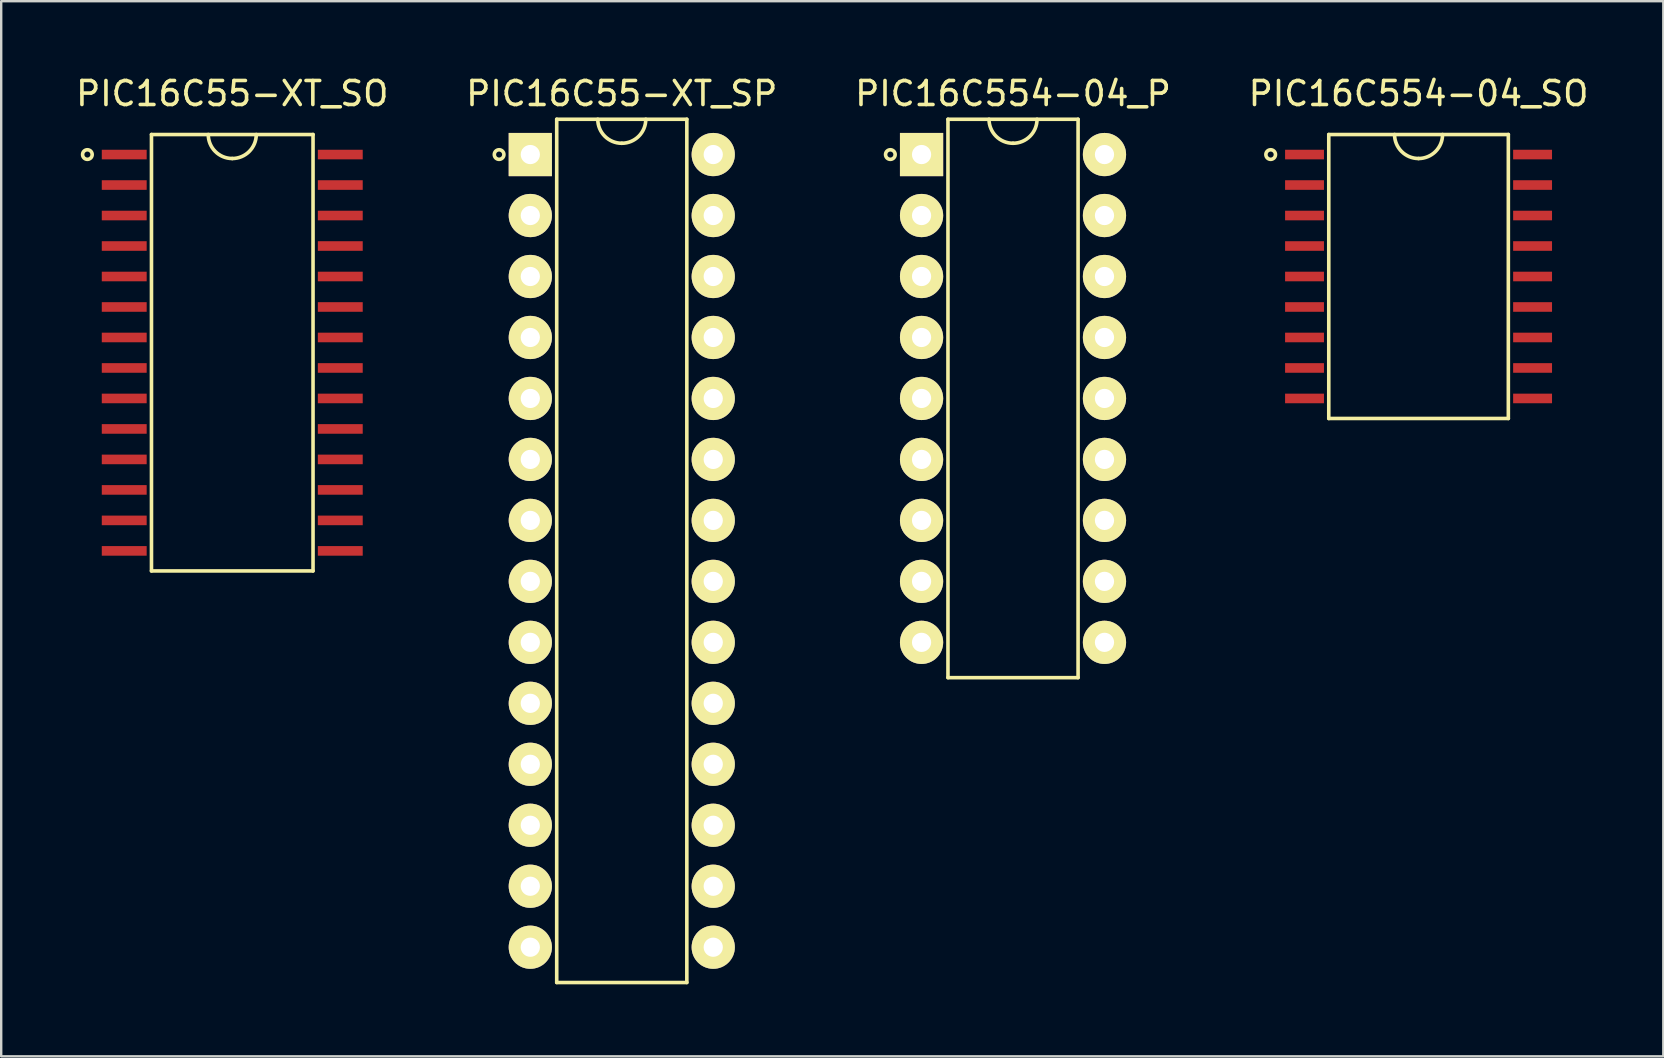
<source format=kicad_pcb>
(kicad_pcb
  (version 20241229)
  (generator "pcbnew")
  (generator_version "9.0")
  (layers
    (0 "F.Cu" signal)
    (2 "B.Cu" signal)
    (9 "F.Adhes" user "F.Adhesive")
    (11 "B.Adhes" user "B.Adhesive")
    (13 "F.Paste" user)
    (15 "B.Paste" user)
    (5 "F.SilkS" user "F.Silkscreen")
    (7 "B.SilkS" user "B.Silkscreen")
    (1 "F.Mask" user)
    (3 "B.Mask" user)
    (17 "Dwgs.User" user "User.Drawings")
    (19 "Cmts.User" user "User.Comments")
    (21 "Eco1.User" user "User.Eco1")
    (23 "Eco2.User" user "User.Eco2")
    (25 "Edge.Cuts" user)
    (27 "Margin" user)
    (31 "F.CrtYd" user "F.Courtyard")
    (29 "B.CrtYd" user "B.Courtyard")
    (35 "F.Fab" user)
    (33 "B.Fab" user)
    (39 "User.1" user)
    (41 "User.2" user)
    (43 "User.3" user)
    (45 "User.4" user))
  (footprint "PIC16C554-04_SO"
    (layer "F.Cu")
    (at 51.292 3.388)
    (property "Reference" "PIC16C554-04_SO" (at 4.75 -2.54 0) (layer "F.SilkS") (effects (font (size 1 1) (thickness 0.15))))
    (attr through_hole)
    (fp_line (start 1.01 -0.835) (end 8.49 -0.835) (stroke (width 0.15) (type solid)) (layer "F.SilkS"))
    (fp_line (start 1.01 10.995) (end 1.01 -0.835) (stroke (width 0.15) (type solid)) (layer "F.SilkS"))
    (fp_line (start 8.49 -0.835) (end 8.49 10.995) (stroke (width 0.15) (type solid)) (layer "F.SilkS"))
    (fp_line (start 8.49 10.995) (end 1.01 10.995) (stroke (width 0.15) (type solid)) (layer "F.SilkS"))
    (fp_arc (start 4.75 0.165) (mid 4.042893 -0.127893) (end 3.75 -0.835) (stroke (width 0.15) (type solid)) (layer "F.SilkS"))
    (fp_arc (start 5.75 -0.835) (mid 5.457107 -0.127893) (end 4.75 0.165) (stroke (width 0.15) (type solid)) (layer "F.SilkS"))
    (fp_circle (center -1.41 0) (end -1.41 0.2) (stroke (width 0.15) (type solid)) (fill no) (layer "F.SilkS"))
    (pad "1" smd rect (at 0 0) (size 1.62 0.4) (layers "F.Cu" "F.Mask" "F.Paste"))
    (pad "2" smd rect (at 0 1.27) (size 1.62 0.4) (layers "F.Cu" "F.Mask" "F.Paste"))
    (pad "3" smd rect (at 0 2.54) (size 1.62 0.4) (layers "F.Cu" "F.Mask" "F.Paste"))
    (pad "4" smd rect (at 0 3.81) (size 1.62 0.4) (layers "F.Cu" "F.Mask" "F.Paste"))
    (pad "5" smd rect (at 0 5.08) (size 1.62 0.4) (layers "F.Cu" "F.Mask" "F.Paste"))
    (pad "6" smd rect (at 0 6.35) (size 1.62 0.4) (layers "F.Cu" "F.Mask" "F.Paste"))
    (pad "7" smd rect (at 0 7.62) (size 1.62 0.4) (layers "F.Cu" "F.Mask" "F.Paste"))
    (pad "8" smd rect (at 0 8.89) (size 1.62 0.4) (layers "F.Cu" "F.Mask" "F.Paste"))
    (pad "9" smd rect (at 0 10.16) (size 1.62 0.4) (layers "F.Cu" "F.Mask" "F.Paste"))
    (pad "10" smd rect (at 9.5 10.16) (size 1.62 0.4) (layers "F.Cu" "F.Mask" "F.Paste"))
    (pad "11" smd rect (at 9.5 8.89) (size 1.62 0.4) (layers "F.Cu" "F.Mask" "F.Paste"))
    (pad "12" smd rect (at 9.5 7.62) (size 1.62 0.4) (layers "F.Cu" "F.Mask" "F.Paste"))
    (pad "13" smd rect (at 9.5 6.35) (size 1.62 0.4) (layers "F.Cu" "F.Mask" "F.Paste"))
    (pad "14" smd rect (at 9.5 5.08) (size 1.62 0.4) (layers "F.Cu" "F.Mask" "F.Paste"))
    (pad "15" smd rect (at 9.5 3.81) (size 1.62 0.4) (layers "F.Cu" "F.Mask" "F.Paste"))
    (pad "16" smd rect (at 9.5 2.54) (size 1.62 0.4) (layers "F.Cu" "F.Mask" "F.Paste"))
    (pad "17" smd rect (at 9.5 1.27) (size 1.62 0.4) (layers "F.Cu" "F.Mask" "F.Paste"))
    (pad "18" smd rect (at 9.5 0) (size 1.62 0.4) (layers "F.Cu" "F.Mask" "F.Paste")))
  (footprint "PIC16C55-XT_SP"
    (layer "F.Cu")
    (at 19.041 3.388)
    (property "Reference" "PIC16C55-XT_SP" (at 3.81 -2.54 0) (layer "F.SilkS") (effects (font (size 1 1) (thickness 0.15))))
    (attr through_hole)
    (fp_line (start 1.1 -1.47) (end 6.52 -1.47) (stroke (width 0.15) (type solid)) (layer "F.SilkS"))
    (fp_line (start 1.1 34.49) (end 1.1 -1.47) (stroke (width 0.15) (type solid)) (layer "F.SilkS"))
    (fp_line (start 6.52 -1.47) (end 6.52 34.49) (stroke (width 0.15) (type solid)) (layer "F.SilkS"))
    (fp_line (start 6.52 34.49) (end 1.1 34.49) (stroke (width 0.15) (type solid)) (layer "F.SilkS"))
    (fp_arc (start 3.81 -0.47) (mid 3.102893 -0.762893) (end 2.81 -1.47) (stroke (width 0.15) (type solid)) (layer "F.SilkS"))
    (fp_arc (start 4.81 -1.47) (mid 4.517107 -0.762893) (end 3.81 -0.47) (stroke (width 0.15) (type solid)) (layer "F.SilkS"))
    (fp_circle (center -1.3 0) (end -1.3 0.2) (stroke (width 0.15) (type solid)) (fill no) (layer "F.SilkS"))
    (pad "1" thru_hole rect (at 0 0) (size 1.8 1.8) (drill 0.8) (layers "*.Cu" "*.Mask" "F.SilkS"))
    (pad "2" thru_hole circle (at 0 2.54) (size 1.8 1.8) (drill 0.8) (layers "*.Cu" "*.Mask" "F.SilkS"))
    (pad "3" thru_hole circle (at 0 5.08) (size 1.8 1.8) (drill 0.8) (layers "*.Cu" "*.Mask" "F.SilkS"))
    (pad "4" thru_hole circle (at 0 7.62) (size 1.8 1.8) (drill 0.8) (layers "*.Cu" "*.Mask" "F.SilkS"))
    (pad "5" thru_hole circle (at 0 10.16) (size 1.8 1.8) (drill 0.8) (layers "*.Cu" "*.Mask" "F.SilkS"))
    (pad "6" thru_hole circle (at 0 12.7) (size 1.8 1.8) (drill 0.8) (layers "*.Cu" "*.Mask" "F.SilkS"))
    (pad "7" thru_hole circle (at 0 15.24) (size 1.8 1.8) (drill 0.8) (layers "*.Cu" "*.Mask" "F.SilkS"))
    (pad "8" thru_hole circle (at 0 17.78) (size 1.8 1.8) (drill 0.8) (layers "*.Cu" "*.Mask" "F.SilkS"))
    (pad "9" thru_hole circle (at 0 20.32) (size 1.8 1.8) (drill 0.8) (layers "*.Cu" "*.Mask" "F.SilkS"))
    (pad "10" thru_hole circle (at 0 22.86) (size 1.8 1.8) (drill 0.8) (layers "*.Cu" "*.Mask" "F.SilkS"))
    (pad "11" thru_hole circle (at 0 25.4) (size 1.8 1.8) (drill 0.8) (layers "*.Cu" "*.Mask" "F.SilkS"))
    (pad "12" thru_hole circle (at 0 27.94) (size 1.8 1.8) (drill 0.8) (layers "*.Cu" "*.Mask" "F.SilkS"))
    (pad "13" thru_hole circle (at 0 30.48) (size 1.8 1.8) (drill 0.8) (layers "*.Cu" "*.Mask" "F.SilkS"))
    (pad "14" thru_hole circle (at 0 33.02) (size 1.8 1.8) (drill 0.8) (layers "*.Cu" "*.Mask" "F.SilkS"))
    (pad "15" thru_hole circle (at 7.62 33.02) (size 1.8 1.8) (drill 0.8) (layers "*.Cu" "*.Mask" "F.SilkS"))
    (pad "16" thru_hole circle (at 7.62 30.48) (size 1.8 1.8) (drill 0.8) (layers "*.Cu" "*.Mask" "F.SilkS"))
    (pad "17" thru_hole circle (at 7.62 27.94) (size 1.8 1.8) (drill 0.8) (layers "*.Cu" "*.Mask" "F.SilkS"))
    (pad "18" thru_hole circle (at 7.62 25.4) (size 1.8 1.8) (drill 0.8) (layers "*.Cu" "*.Mask" "F.SilkS"))
    (pad "19" thru_hole circle (at 7.62 22.86) (size 1.8 1.8) (drill 0.8) (layers "*.Cu" "*.Mask" "F.SilkS"))
    (pad "20" thru_hole circle (at 7.62 20.32) (size 1.8 1.8) (drill 0.8) (layers "*.Cu" "*.Mask" "F.SilkS"))
    (pad "21" thru_hole circle (at 7.62 17.78) (size 1.8 1.8) (drill 0.8) (layers "*.Cu" "*.Mask" "F.SilkS"))
    (pad "22" thru_hole circle (at 7.62 15.24) (size 1.8 1.8) (drill 0.8) (layers "*.Cu" "*.Mask" "F.SilkS"))
    (pad "23" thru_hole circle (at 7.62 12.7) (size 1.8 1.8) (drill 0.8) (layers "*.Cu" "*.Mask" "F.SilkS"))
    (pad "24" thru_hole circle (at 7.62 10.16) (size 1.8 1.8) (drill 0.8) (layers "*.Cu" "*.Mask" "F.SilkS"))
    (pad "25" thru_hole circle (at 7.62 7.62) (size 1.8 1.8) (drill 0.8) (layers "*.Cu" "*.Mask" "F.SilkS"))
    (pad "26" thru_hole circle (at 7.62 5.08) (size 1.8 1.8) (drill 0.8) (layers "*.Cu" "*.Mask" "F.SilkS"))
    (pad "27" thru_hole circle (at 7.62 2.54) (size 1.8 1.8) (drill 0.8) (layers "*.Cu" "*.Mask" "F.SilkS"))
    (pad "28" thru_hole circle (at 7.62 0) (size 1.8 1.8) (drill 0.8) (layers "*.Cu" "*.Mask" "F.SilkS")))
  (footprint "PIC16C554-04_P"
    (layer "F.Cu")
    (at 35.339 3.388)
    (property "Reference" "PIC16C554-04_P" (at 3.81 -2.54 0) (layer "F.SilkS") (effects (font (size 1 1) (thickness 0.15))))
    (attr through_hole)
    (fp_line (start 1.1 -1.47) (end 6.52 -1.47) (stroke (width 0.15) (type solid)) (layer "F.SilkS"))
    (fp_line (start 1.1 21.79) (end 1.1 -1.47) (stroke (width 0.15) (type solid)) (layer "F.SilkS"))
    (fp_line (start 6.52 -1.47) (end 6.52 21.79) (stroke (width 0.15) (type solid)) (layer "F.SilkS"))
    (fp_line (start 6.52 21.79) (end 1.1 21.79) (stroke (width 0.15) (type solid)) (layer "F.SilkS"))
    (fp_arc (start 3.81 -0.47) (mid 3.102893 -0.762893) (end 2.81 -1.47) (stroke (width 0.15) (type solid)) (layer "F.SilkS"))
    (fp_arc (start 4.81 -1.47) (mid 4.517107 -0.762893) (end 3.81 -0.47) (stroke (width 0.15) (type solid)) (layer "F.SilkS"))
    (fp_circle (center -1.3 0) (end -1.3 0.2) (stroke (width 0.15) (type solid)) (fill no) (layer "F.SilkS"))
    (pad "1" thru_hole rect (at 0 0) (size 1.8 1.8) (drill 0.8) (layers "*.Cu" "*.Mask" "F.SilkS"))
    (pad "2" thru_hole circle (at 0 2.54) (size 1.8 1.8) (drill 0.8) (layers "*.Cu" "*.Mask" "F.SilkS"))
    (pad "3" thru_hole circle (at 0 5.08) (size 1.8 1.8) (drill 0.8) (layers "*.Cu" "*.Mask" "F.SilkS"))
    (pad "4" thru_hole circle (at 0 7.62) (size 1.8 1.8) (drill 0.8) (layers "*.Cu" "*.Mask" "F.SilkS"))
    (pad "5" thru_hole circle (at 0 10.16) (size 1.8 1.8) (drill 0.8) (layers "*.Cu" "*.Mask" "F.SilkS"))
    (pad "6" thru_hole circle (at 0 12.7) (size 1.8 1.8) (drill 0.8) (layers "*.Cu" "*.Mask" "F.SilkS"))
    (pad "7" thru_hole circle (at 0 15.24) (size 1.8 1.8) (drill 0.8) (layers "*.Cu" "*.Mask" "F.SilkS"))
    (pad "8" thru_hole circle (at 0 17.78) (size 1.8 1.8) (drill 0.8) (layers "*.Cu" "*.Mask" "F.SilkS"))
    (pad "9" thru_hole circle (at 0 20.32) (size 1.8 1.8) (drill 0.8) (layers "*.Cu" "*.Mask" "F.SilkS"))
    (pad "10" thru_hole circle (at 7.62 20.32) (size 1.8 1.8) (drill 0.8) (layers "*.Cu" "*.Mask" "F.SilkS"))
    (pad "11" thru_hole circle (at 7.62 17.78) (size 1.8 1.8) (drill 0.8) (layers "*.Cu" "*.Mask" "F.SilkS"))
    (pad "12" thru_hole circle (at 7.62 15.24) (size 1.8 1.8) (drill 0.8) (layers "*.Cu" "*.Mask" "F.SilkS"))
    (pad "13" thru_hole circle (at 7.62 12.7) (size 1.8 1.8) (drill 0.8) (layers "*.Cu" "*.Mask" "F.SilkS"))
    (pad "14" thru_hole circle (at 7.62 10.16) (size 1.8 1.8) (drill 0.8) (layers "*.Cu" "*.Mask" "F.SilkS"))
    (pad "15" thru_hole circle (at 7.62 7.62) (size 1.8 1.8) (drill 0.8) (layers "*.Cu" "*.Mask" "F.SilkS"))
    (pad "16" thru_hole circle (at 7.62 5.08) (size 1.8 1.8) (drill 0.8) (layers "*.Cu" "*.Mask" "F.SilkS"))
    (pad "17" thru_hole circle (at 7.62 2.54) (size 1.8 1.8) (drill 0.8) (layers "*.Cu" "*.Mask" "F.SilkS"))
    (pad "18" thru_hole circle (at 7.62 0) (size 1.8 1.8) (drill 0.8) (layers "*.Cu" "*.Mask" "F.SilkS")))
  (footprint "PIC16C55-XT_SO"
    (layer "F.Cu")
    (at 2.125 3.388)
    (property "Reference" "PIC16C55-XT_SO" (at 4.5 -2.54 0) (layer "F.SilkS") (effects (font (size 1 1) (thickness 0.15))))
    (attr through_hole)
    (fp_line (start 1.135 -0.835) (end 7.865 -0.835) (stroke (width 0.15) (type solid)) (layer "F.SilkS"))
    (fp_line (start 1.135 17.345) (end 1.135 -0.835) (stroke (width 0.15) (type solid)) (layer "F.SilkS"))
    (fp_line (start 7.865 -0.835) (end 7.865 17.345) (stroke (width 0.15) (type solid)) (layer "F.SilkS"))
    (fp_line (start 7.865 17.345) (end 1.135 17.345) (stroke (width 0.15) (type solid)) (layer "F.SilkS"))
    (fp_arc (start 4.5 0.165) (mid 3.792893 -0.127893) (end 3.5 -0.835) (stroke (width 0.15) (type solid)) (layer "F.SilkS"))
    (fp_arc (start 5.5 -0.835) (mid 5.207107 -0.127893) (end 4.5 0.165) (stroke (width 0.15) (type solid)) (layer "F.SilkS"))
    (fp_circle (center -1.535 0) (end -1.535 0.2) (stroke (width 0.15) (type solid)) (fill no) (layer "F.SilkS"))
    (pad "1" smd rect (at 0 0) (size 1.87 0.4) (layers "F.Cu" "F.Mask" "F.Paste"))
    (pad "2" smd rect (at 0 1.27) (size 1.87 0.4) (layers "F.Cu" "F.Mask" "F.Paste"))
    (pad "3" smd rect (at 0 2.54) (size 1.87 0.4) (layers "F.Cu" "F.Mask" "F.Paste"))
    (pad "4" smd rect (at 0 3.81) (size 1.87 0.4) (layers "F.Cu" "F.Mask" "F.Paste"))
    (pad "5" smd rect (at 0 5.08) (size 1.87 0.4) (layers "F.Cu" "F.Mask" "F.Paste"))
    (pad "6" smd rect (at 0 6.35) (size 1.87 0.4) (layers "F.Cu" "F.Mask" "F.Paste"))
    (pad "7" smd rect (at 0 7.62) (size 1.87 0.4) (layers "F.Cu" "F.Mask" "F.Paste"))
    (pad "8" smd rect (at 0 8.89) (size 1.87 0.4) (layers "F.Cu" "F.Mask" "F.Paste"))
    (pad "9" smd rect (at 0 10.16) (size 1.87 0.4) (layers "F.Cu" "F.Mask" "F.Paste"))
    (pad "10" smd rect (at 0 11.43) (size 1.87 0.4) (layers "F.Cu" "F.Mask" "F.Paste"))
    (pad "11" smd rect (at 0 12.7) (size 1.87 0.4) (layers "F.Cu" "F.Mask" "F.Paste"))
    (pad "12" smd rect (at 0 13.97) (size 1.87 0.4) (layers "F.Cu" "F.Mask" "F.Paste"))
    (pad "13" smd rect (at 0 15.24) (size 1.87 0.4) (layers "F.Cu" "F.Mask" "F.Paste"))
    (pad "14" smd rect (at 0 16.51) (size 1.87 0.4) (layers "F.Cu" "F.Mask" "F.Paste"))
    (pad "15" smd rect (at 9 16.51) (size 1.87 0.4) (layers "F.Cu" "F.Mask" "F.Paste"))
    (pad "16" smd rect (at 9 15.24) (size 1.87 0.4) (layers "F.Cu" "F.Mask" "F.Paste"))
    (pad "17" smd rect (at 9 13.97) (size 1.87 0.4) (layers "F.Cu" "F.Mask" "F.Paste"))
    (pad "18" smd rect (at 9 12.7) (size 1.87 0.4) (layers "F.Cu" "F.Mask" "F.Paste"))
    (pad "19" smd rect (at 9 11.43) (size 1.87 0.4) (layers "F.Cu" "F.Mask" "F.Paste"))
    (pad "20" smd rect (at 9 10.16) (size 1.87 0.4) (layers "F.Cu" "F.Mask" "F.Paste"))
    (pad "21" smd rect (at 9 8.89) (size 1.87 0.4) (layers "F.Cu" "F.Mask" "F.Paste"))
    (pad "22" smd rect (at 9 7.62) (size 1.87 0.4) (layers "F.Cu" "F.Mask" "F.Paste"))
    (pad "23" smd rect (at 9 6.35) (size 1.87 0.4) (layers "F.Cu" "F.Mask" "F.Paste"))
    (pad "24" smd rect (at 9 5.08) (size 1.87 0.4) (layers "F.Cu" "F.Mask" "F.Paste"))
    (pad "25" smd rect (at 9 3.81) (size 1.87 0.4) (layers "F.Cu" "F.Mask" "F.Paste"))
    (pad "26" smd rect (at 9 2.54) (size 1.87 0.4) (layers "F.Cu" "F.Mask" "F.Paste"))
    (pad "27" smd rect (at 9 1.27) (size 1.87 0.4) (layers "F.Cu" "F.Mask" "F.Paste"))
    (pad "28" smd rect (at 9 0) (size 1.87 0.4) (layers "F.Cu" "F.Mask" "F.Paste")))
  (gr_rect
    (start -3 -3)
    (end 66.238 40.953)
    (stroke (width 0.1) (type default))
    (fill no)
    (layer "Edge.Cuts")))
</source>
